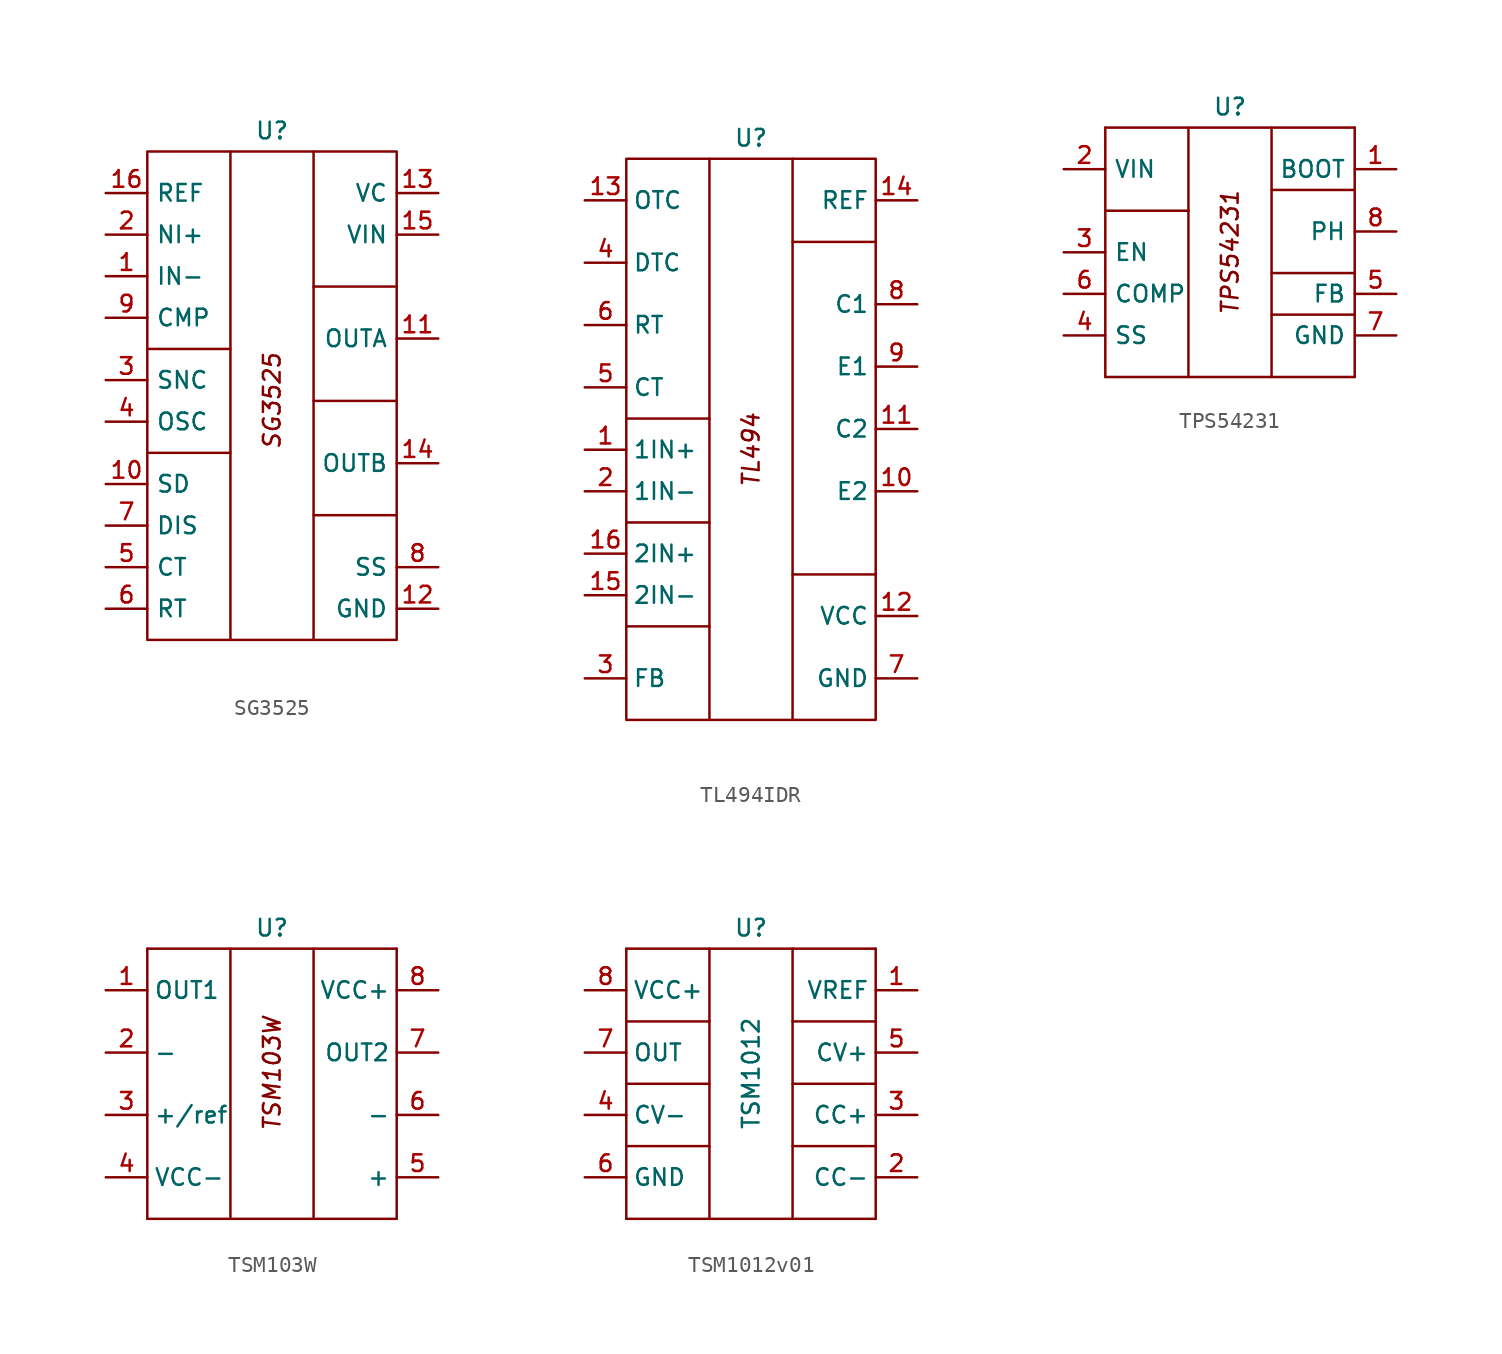
<source format=kicad_sym>
(kicad_symbol_lib
  (version 20220914)
  (generator kicad_symbol_editor)
  (symbol "SG3525"
    (property "Reference" "U"
      (at 0 16.51 0)
      (effects (font (size 1.016 1.016))))
    (symbol "SG3525_0_1"
      (polyline (pts (xy -7.62 -3.175) (xy -2.54 -3.175)) (stroke (width 0) (type default)) (fill (type none)))
      (polyline (pts (xy -7.62 3.175) (xy -2.54 3.175)) (stroke (width 0) (type default)) (fill (type none)))
      (polyline (pts (xy -2.54 15.24) (xy -2.54 -14.605)) (stroke (width 0) (type default)) (fill (type none)))
      (polyline (pts (xy 2.54 -6.985) (xy 7.62 -6.985)) (stroke (width 0) (type default)) (fill (type none)))
      (polyline (pts (xy 2.54 0) (xy 7.62 0)) (stroke (width 0) (type default)) (fill (type none)))
      (polyline (pts (xy 2.54 6.985) (xy 7.62 6.985)) (stroke (width 0) (type default)) (fill (type none)))
      (polyline (pts (xy 2.54 15.24) (xy 2.54 -14.605)) (stroke (width 0) (type default)) (fill (type none))))
    (symbol "SG3525_1_1"
      (rectangle (start -7.62 15.24) (end 7.62 -14.605) (stroke (width 0) (type default)) (fill (type none)))
      (text "SG3525" (at 0 0 900) (effects (font (size 1.016 1.016) italic)))
      (pin input line (at -10.16 7.62 0) (length 2.54) (name "IN-" (effects (font (size 1.016 1.016)))) (number "1" (effects (font (size 1.016 1.016)))))
      (pin passive line (at -10.16 -5.08 0) (length 2.54) (name "SD" (effects (font (size 1.016 1.016)))) (number "10" (effects (font (size 1.016 1.016)))))
      (pin output line (at 10.16 3.81 180) (length 2.54) (name "OUTA" (effects (font (size 1.016 1.016)))) (number "11" (effects (font (size 1.016 1.016)))))
      (pin power_in line (at 10.16 -12.7 180) (length 2.54) (name "GND" (effects (font (size 1.016 1.016)))) (number "12" (effects (font (size 1.016 1.016)))))
      (pin power_in line (at 10.16 12.7 180) (length 2.54) (name "VC" (effects (font (size 1.016 1.016)))) (number "13" (effects (font (size 1.016 1.016)))))
      (pin output line (at 10.16 -3.81 180) (length 2.54) (name "OUTB" (effects (font (size 1.016 1.016)))) (number "14" (effects (font (size 1.016 1.016)))))
      (pin power_in line (at 10.16 10.16 180) (length 2.54) (name "VIN" (effects (font (size 1.016 1.016)))) (number "15" (effects (font (size 1.016 1.016)))))
      (pin power_in line (at -10.16 12.7 0) (length 2.54) (name "REF" (effects (font (size 1.016 1.016)))) (number "16" (effects (font (size 1.016 1.016)))))
      (pin input line (at -10.16 10.16 0) (length 2.54) (name "NI+" (effects (font (size 1.016 1.016)))) (number "2" (effects (font (size 1.016 1.016)))))
      (pin passive line (at -10.16 1.27 0) (length 2.54) (name "SNC" (effects (font (size 1.016 1.016)))) (number "3" (effects (font (size 1.016 1.016)))))
      (pin output line (at -10.16 -1.27 0) (length 2.54) (name "OSC" (effects (font (size 1.016 1.016)))) (number "4" (effects (font (size 1.016 1.016)))))
      (pin passive line (at -10.16 -10.16 0) (length 2.54) (name "CT" (effects (font (size 1.016 1.016)))) (number "5" (effects (font (size 1.016 1.016)))))
      (pin passive line (at -10.16 -12.7 0) (length 2.54) (name "RT" (effects (font (size 1.016 1.016)))) (number "6" (effects (font (size 1.016 1.016)))))
      (pin open_collector line (at -10.16 -7.62 0) (length 2.54) (name "DIS" (effects (font (size 1.016 1.016)))) (number "7" (effects (font (size 1.016 1.016)))))
      (pin passive line (at 10.16 -10.16 180) (length 2.54) (name "SS" (effects (font (size 1.016 1.016)))) (number "8" (effects (font (size 1.016 1.016)))))
      (pin passive line (at -10.16 5.08 0) (length 2.54) (name "CMP" (effects (font (size 1.016 1.016)))) (number "9" (effects (font (size 1.016 1.016)))))))
  (symbol "TL494IDR"
    (pin_names
      (offset 0.381))
    (property "Reference" "U"
      (at 0 19.05 0)
      (effects (font (size 1.016 1.016))))
    (symbol "TL494IDR_0_1"
      (polyline (pts (xy -7.62 -10.795) (xy -2.54 -10.795)) (stroke (width 0) (type default)) (fill (type none)))
      (polyline (pts (xy -7.62 -4.445) (xy -2.54 -4.445)) (stroke (width 0) (type default)) (fill (type none)))
      (polyline (pts (xy -7.62 1.905) (xy -2.54 1.905)) (stroke (width 0) (type default)) (fill (type none)))
      (polyline (pts (xy -2.54 17.78) (xy -2.54 -16.51)) (stroke (width 0) (type default)) (fill (type none)))
      (polyline (pts (xy 2.54 -7.62) (xy 7.62 -7.62)) (stroke (width 0) (type default)) (fill (type none)))
      (polyline (pts (xy 2.54 12.7) (xy 7.62 12.7)) (stroke (width 0) (type default)) (fill (type none)))
      (polyline (pts (xy 2.54 17.78) (xy 2.54 -16.51)) (stroke (width 0) (type default)) (fill (type none))))
    (symbol "TL494IDR_1_1"
      (rectangle (start -7.62 17.78) (end 7.62 -16.51) (stroke (width 0) (type default)) (fill (type none)))
      (text "TL494" (at 0 0 900) (effects (font (size 1.016 1.016) italic)))
      (pin input line (at -10.16 0 0) (length 2.54) (name "1IN+" (effects (font (size 1.016 1.016)))) (number "1" (effects (font (size 1.016 1.016)))))
      (pin passive line (at 10.16 -2.54 180) (length 2.54) (name "E2" (effects (font (size 1.016 1.016)))) (number "10" (effects (font (size 1.016 1.016)))))
      (pin passive line (at 10.16 1.27 180) (length 2.54) (name "C2" (effects (font (size 1.016 1.016)))) (number "11" (effects (font (size 1.016 1.016)))))
      (pin power_in line (at 10.16 -10.16 180) (length 2.54) (name "VCC" (effects (font (size 1.016 1.016)))) (number "12" (effects (font (size 1.016 1.016)))))
      (pin input line (at -10.16 15.24 0) (length 2.54) (name "OTC" (effects (font (size 1.016 1.016)))) (number "13" (effects (font (size 1.016 1.016)))))
      (pin power_out line (at 10.16 15.24 180) (length 2.54) (name "REF" (effects (font (size 1.016 1.016)))) (number "14" (effects (font (size 1.016 1.016)))))
      (pin input line (at -10.16 -8.89 0) (length 2.54) (name "2IN-" (effects (font (size 1.016 1.016)))) (number "15" (effects (font (size 1.016 1.016)))))
      (pin input line (at -10.16 -6.35 0) (length 2.54) (name "2IN+" (effects (font (size 1.016 1.016)))) (number "16" (effects (font (size 1.016 1.016)))))
      (pin input line (at -10.16 -2.54 0) (length 2.54) (name "1IN-" (effects (font (size 1.016 1.016)))) (number "2" (effects (font (size 1.016 1.016)))))
      (pin output line (at -10.16 -13.97 0) (length 2.54) (name "FB" (effects (font (size 1.016 1.016)))) (number "3" (effects (font (size 1.016 1.016)))))
      (pin input line (at -10.16 11.43 0) (length 2.54) (name "DTC" (effects (font (size 1.016 1.016)))) (number "4" (effects (font (size 1.016 1.016)))))
      (pin passive line (at -10.16 3.81 0) (length 2.54) (name "CT" (effects (font (size 1.016 1.016)))) (number "5" (effects (font (size 1.016 1.016)))))
      (pin passive line (at -10.16 7.62 0) (length 2.54) (name "RT" (effects (font (size 1.016 1.016)))) (number "6" (effects (font (size 1.016 1.016)))))
      (pin power_in line (at 10.16 -13.97 180) (length 2.54) (name "GND" (effects (font (size 1.016 1.016)))) (number "7" (effects (font (size 1.016 1.016)))))
      (pin passive line (at 10.16 8.89 180) (length 2.54) (name "C1" (effects (font (size 1.016 1.016)))) (number "8" (effects (font (size 1.016 1.016)))))
      (pin passive line (at 10.16 5.08 180) (length 2.54) (name "E1" (effects (font (size 1.016 1.016)))) (number "9" (effects (font (size 1.016 1.016)))))))
  (symbol "TPS54231"
    (property "Reference" "U"
      (at 0 8.89 0)
      (effects (font (size 1.016 1.016))))
    (symbol "TPS54231_0_1"
      (polyline (pts (xy -7.62 2.54) (xy -2.54 2.54)) (stroke (width 0) (type default)) (fill (type none)))
      (polyline (pts (xy 2.54 -3.81) (xy 7.62 -3.81)) (stroke (width 0) (type default)) (fill (type none)))
      (polyline (pts (xy 2.54 -1.27) (xy 7.62 -1.27)) (stroke (width 0) (type default)) (fill (type none)))
      (polyline (pts (xy 2.54 3.81) (xy 7.62 3.81)) (stroke (width 0) (type default)) (fill (type none))))
    (symbol "TPS54231_1_1"
      (polyline (pts (xy -7.62 -7.62) (xy 7.62 -7.62)) (stroke (width 0) (type default)) (fill (type none)))
      (polyline (pts (xy -7.62 7.62) (xy -7.62 -7.62)) (stroke (width 0) (type default)) (fill (type none)))
      (polyline (pts (xy -7.62 7.62) (xy 7.62 7.62)) (stroke (width 0) (type default)) (fill (type none)))
      (polyline (pts (xy -2.54 7.62) (xy -2.54 -7.62)) (stroke (width 0) (type default)) (fill (type none)))
      (polyline (pts (xy 2.54 7.62) (xy 2.54 -7.62)) (stroke (width 0) (type default)) (fill (type none)))
      (polyline (pts (xy 7.62 7.62) (xy 7.62 -7.62)) (stroke (width 0) (type default)) (fill (type none)))
      (text "TPS54231" (at 0 0 900) (effects (font (size 1.016 1.016) italic)))
      (pin input line (at 10.16 5.08 180) (length 2.54) (name "BOOT" (effects (font (size 1.016 1.016)))) (number "1" (effects (font (size 1.016 1.016)))))
      (pin power_in line (at -10.16 5.08 0) (length 2.54) (name "VIN" (effects (font (size 1.016 1.016)))) (number "2" (effects (font (size 1.016 1.016)))))
      (pin input line (at -10.16 0 0) (length 2.54) (name "EN" (effects (font (size 1.016 1.016)))) (number "3" (effects (font (size 1.016 1.016)))))
      (pin input line (at -10.16 -5.08 0) (length 2.54) (name "SS" (effects (font (size 1.016 1.016)))) (number "4" (effects (font (size 1.016 1.016)))))
      (pin input line (at 10.16 -2.54 180) (length 2.54) (name "FB" (effects (font (size 1.016 1.016)))) (number "5" (effects (font (size 1.016 1.016)))))
      (pin passive line (at -10.16 -2.54 0) (length 2.54) (name "COMP" (effects (font (size 1.016 1.016)))) (number "6" (effects (font (size 1.016 1.016)))))
      (pin power_in line (at 10.16 -5.08 180) (length 2.54) (name "GND" (effects (font (size 1.016 1.016)))) (number "7" (effects (font (size 1.016 1.016)))))
      (pin output line (at 10.16 1.27 180) (length 2.54) (name "PH" (effects (font (size 1.016 1.016)))) (number "8" (effects (font (size 1.016 1.016)))))))
  (symbol "TSM103W"
    (pin_names
      (offset 0.381))
    (property "Reference" "U"
      (at 0 8.89 0)
      (effects (font (size 1.016 1.016))))
    (symbol "TSM103W_1_1"
      (polyline (pts (xy -7.62 -8.89) (xy 7.62 -8.89)) (stroke (width 0) (type default)) (fill (type none)))
      (polyline (pts (xy -7.62 7.62) (xy -7.62 -8.89)) (stroke (width 0) (type default)) (fill (type none)))
      (polyline (pts (xy -7.62 7.62) (xy 7.62 7.62)) (stroke (width 0) (type default)) (fill (type none)))
      (polyline (pts (xy -2.54 7.62) (xy -2.54 -8.89)) (stroke (width 0) (type default)) (fill (type none)))
      (polyline (pts (xy 2.54 7.62) (xy 2.54 -8.89)) (stroke (width 0) (type default)) (fill (type none)))
      (polyline (pts (xy 7.62 7.62) (xy 7.62 -8.89)) (stroke (width 0) (type default)) (fill (type none)))
      (text "TSM103W" (at 0 0 900) (effects (font (size 1.016 1.016) italic)))
      (pin output line (at -10.16 5.08 0) (length 2.54) (name "OUT1" (effects (font (size 1.016 1.016)))) (number "1" (effects (font (size 1.016 1.016)))))
      (pin input line (at -10.16 1.27 0) (length 2.54) (name "-" (effects (font (size 1.016 1.016)))) (number "2" (effects (font (size 1.016 1.016)))))
      (pin input line (at -10.16 -2.54 0) (length 2.54) (name "+/ref" (effects (font (size 1.016 1.016)))) (number "3" (effects (font (size 1.016 1.016)))))
      (pin power_in line (at -10.16 -6.35 0) (length 2.54) (name "VCC-" (effects (font (size 1.016 1.016)))) (number "4" (effects (font (size 1.016 1.016)))))
      (pin output line (at 10.16 -6.35 180) (length 2.54) (name "+" (effects (font (size 1.016 1.016)))) (number "5" (effects (font (size 1.016 1.016)))))
      (pin output line (at 10.16 -2.54 180) (length 2.54) (name "-" (effects (font (size 1.016 1.016)))) (number "6" (effects (font (size 1.016 1.016)))))
      (pin output line (at 10.16 1.27 180) (length 2.54) (name "OUT2" (effects (font (size 1.016 1.016)))) (number "7" (effects (font (size 1.016 1.016)))))
      (pin power_in line (at 10.16 5.08 180) (length 2.54) (name "VCC+" (effects (font (size 1.016 1.016)))) (number "8" (effects (font (size 1.016 1.016)))))))
  (symbol "TSM1012v01"
    (pin_names
      (offset 0.381))
    (property "Reference" "U"
      (at 0 8.89 0)
      (effects (font (size 1.016 1.016))))
    (property "Value" "TSM1012"
      (at 0 0 90)
      (effects (font (size 1.016 1.016))))
    (symbol "TSM1012v01_0_1"
      (polyline (pts (xy -7.62 -4.445) (xy -2.54 -4.445)) (stroke (width 0) (type default)) (fill (type none)))
      (polyline (pts (xy -7.62 -0.635) (xy -2.54 -0.635)) (stroke (width 0) (type default)) (fill (type none)))
      (polyline (pts (xy -7.62 3.175) (xy -2.54 3.175)) (stroke (width 0) (type default)) (fill (type none)))
      (polyline (pts (xy 2.54 -4.445) (xy 7.62 -4.445)) (stroke (width 0) (type default)) (fill (type none)))
      (polyline (pts (xy 2.54 -0.635) (xy 7.62 -0.635)) (stroke (width 0) (type default)) (fill (type none)))
      (polyline (pts (xy 2.54 3.175) (xy 7.62 3.175)) (stroke (width 0) (type default)) (fill (type none))))
    (symbol "TSM1012v01_1_1"
      (polyline (pts (xy -7.62 -8.89) (xy 7.62 -8.89)) (stroke (width 0) (type default)) (fill (type none)))
      (polyline (pts (xy -7.62 7.62) (xy -7.62 -8.89)) (stroke (width 0) (type default)) (fill (type none)))
      (polyline (pts (xy -7.62 7.62) (xy 7.62 7.62)) (stroke (width 0) (type default)) (fill (type none)))
      (polyline (pts (xy -2.54 7.62) (xy -2.54 -8.89)) (stroke (width 0) (type default)) (fill (type none)))
      (polyline (pts (xy 2.54 7.62) (xy 2.54 -8.89)) (stroke (width 0) (type default)) (fill (type none)))
      (polyline (pts (xy 7.62 7.62) (xy 7.62 -8.89)) (stroke (width 0) (type default)) (fill (type none)))
      (pin power_out line (at 10.16 5.08 180) (length 2.54) (name "VREF" (effects (font (size 1.016 1.016)))) (number "1" (effects (font (size 1.016 1.016)))))
      (pin input line (at 10.16 -6.35 180) (length 2.54) (name "CC-" (effects (font (size 1.016 1.016)))) (number "2" (effects (font (size 1.016 1.016)))))
      (pin input line (at 10.16 -2.54 180) (length 2.54) (name "CC+" (effects (font (size 1.016 1.016)))) (number "3" (effects (font (size 1.016 1.016)))))
      (pin power_in line (at -10.16 -2.54 0) (length 2.54) (name "CV-" (effects (font (size 1.016 1.016)))) (number "4" (effects (font (size 1.016 1.016)))))
      (pin output line (at 10.16 1.27 180) (length 2.54) (name "CV+" (effects (font (size 1.016 1.016)))) (number "5" (effects (font (size 1.016 1.016)))))
      (pin output line (at -10.16 -6.35 0) (length 2.54) (name "GND" (effects (font (size 1.016 1.016)))) (number "6" (effects (font (size 1.016 1.016)))))
      (pin output line (at -10.16 1.27 0) (length 2.54) (name "OUT" (effects (font (size 1.016 1.016)))) (number "7" (effects (font (size 1.016 1.016)))))
      (pin power_in line (at -10.16 5.08 0) (length 2.54) (name "VCC+" (effects (font (size 1.016 1.016)))) (number "8" (effects (font (size 1.016 1.016))))))))
</source>
